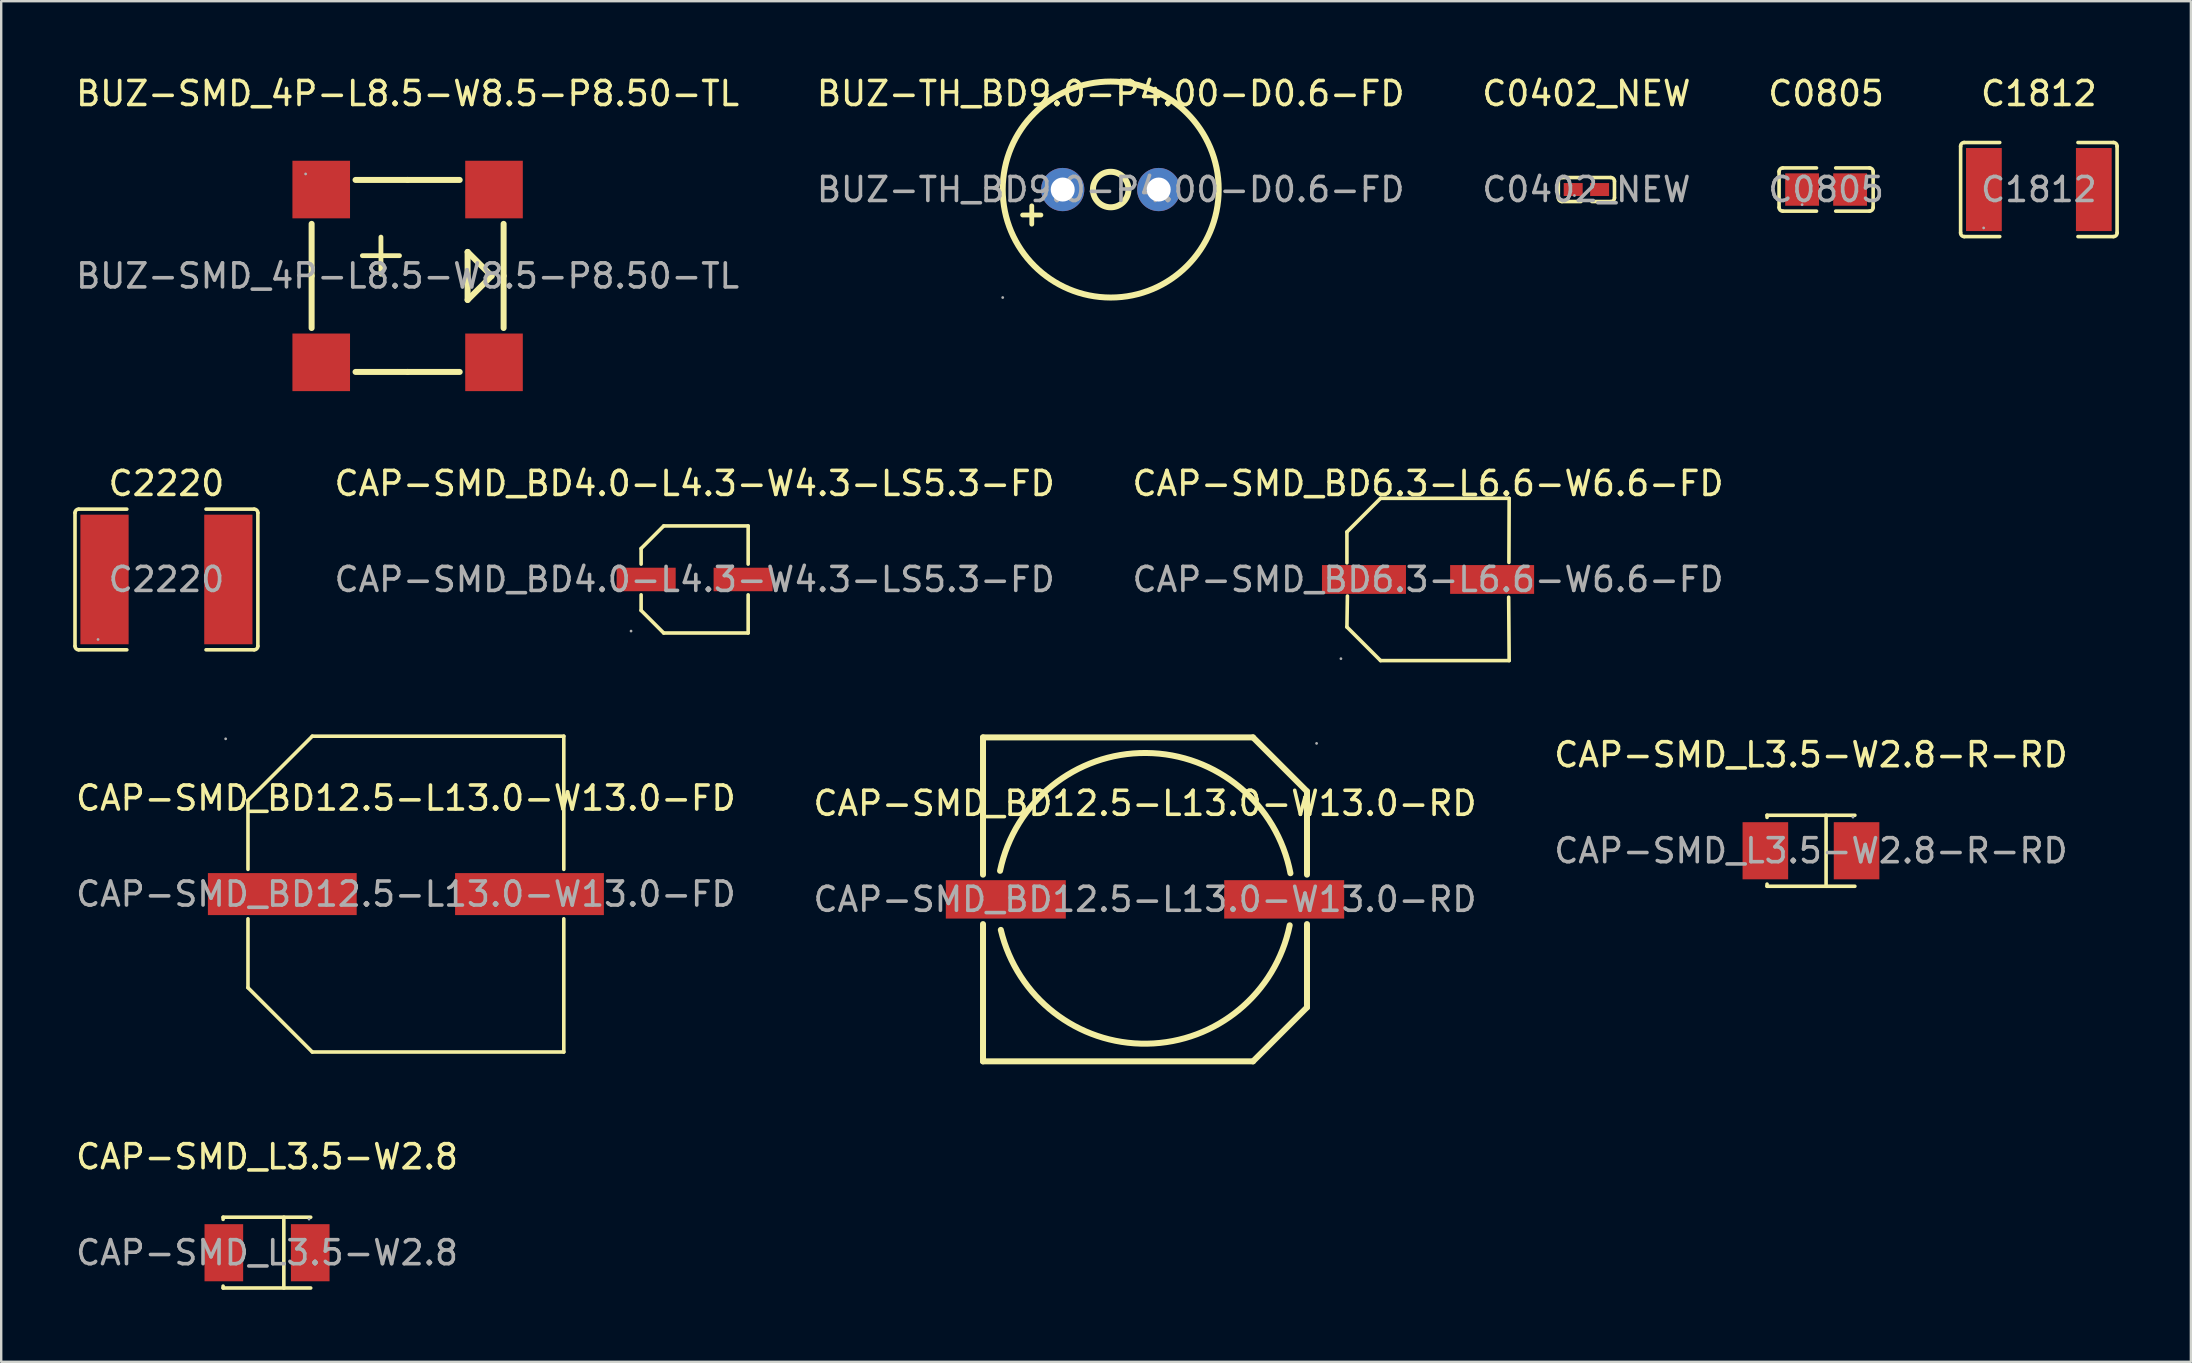
<source format=kicad_pcb>
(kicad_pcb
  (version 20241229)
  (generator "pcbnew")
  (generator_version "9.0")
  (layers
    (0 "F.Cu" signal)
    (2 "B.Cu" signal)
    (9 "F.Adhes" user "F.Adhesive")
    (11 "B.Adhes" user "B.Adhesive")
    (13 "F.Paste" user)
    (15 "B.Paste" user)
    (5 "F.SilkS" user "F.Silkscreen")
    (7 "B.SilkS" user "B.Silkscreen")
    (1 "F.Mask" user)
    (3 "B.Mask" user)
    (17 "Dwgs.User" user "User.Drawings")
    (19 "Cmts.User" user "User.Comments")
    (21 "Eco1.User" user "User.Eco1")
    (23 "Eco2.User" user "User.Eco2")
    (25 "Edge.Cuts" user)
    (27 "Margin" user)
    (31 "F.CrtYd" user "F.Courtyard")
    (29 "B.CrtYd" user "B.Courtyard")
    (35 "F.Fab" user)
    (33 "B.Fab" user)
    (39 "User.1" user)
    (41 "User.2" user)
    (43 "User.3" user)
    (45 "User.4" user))
  (footprint "C0805"
    (layer "F.Cu")
    (at 73.042 4.848)
    (property "Reference" "C0805" (at 0 -4 0) (layer "F.SilkS") (effects (font (size 1 1) (thickness 0.15))))
    (attr smd)
    (fp_line (start -1.96 0.75) (end -1.96 -0.75) (stroke (width 0.15) (type solid)) (layer "F.SilkS"))
    (fp_line (start -1.81 -0.9) (end -0.4 -0.9) (stroke (width 0.15) (type solid)) (layer "F.SilkS"))
    (fp_line (start -0.4 0.9) (end -1.81 0.9) (stroke (width 0.15) (type solid)) (layer "F.SilkS"))
    (fp_line (start 0.4 0.9) (end 1.81 0.9) (stroke (width 0.15) (type solid)) (layer "F.SilkS"))
    (fp_line (start 1.81 -0.9) (end 0.4 -0.9) (stroke (width 0.15) (type solid)) (layer "F.SilkS"))
    (fp_line (start 1.96 0.75) (end 1.96 -0.75) (stroke (width 0.15) (type solid)) (layer "F.SilkS"))
    (fp_arc (start -1.96 -0.75) (mid -1.916066 -0.856066) (end -1.81 -0.9) (stroke (width 0.15) (type solid)) (layer "F.SilkS"))
    (fp_arc (start -1.81 0.9) (mid -1.916066 0.856066) (end -1.96 0.75) (stroke (width 0.15) (type solid)) (layer "F.SilkS"))
    (fp_arc (start 1.81 -0.9) (mid 1.916066 -0.856066) (end 1.96 -0.75) (stroke (width 0.15) (type solid)) (layer "F.SilkS"))
    (fp_arc (start 1.96 0.75) (mid 1.916066 0.856066) (end 1.81 0.9) (stroke (width 0.15) (type solid)) (layer "F.SilkS"))
    (fp_circle (center -1 0.63) (end -0.97 0.63) (stroke (width 0.06) (type solid)) (fill no) (layer "F.Fab"))
    (fp_text user "${REFERENCE}" (at 0 0 0) (layer "F.Fab") (effects (font (size 1 1) (thickness 0.15))))
    (pad "1" smd rect (at -1 0) (size 1.41 1.35) (layers "F.Cu" "F.Mask" "F.Paste"))
    (pad "2" smd rect (at 1 0) (size 1.41 1.35) (layers "F.Cu" "F.Mask" "F.Paste")))
  (footprint "CAP-SMD_BD12.5-L13.0-W13.0-RD"
    (layer "F.Cu")
    (at 44.661 34.426)
    (property "Reference" "CAP-SMD_BD12.5-L13.0-W13.0-RD" (at 0 -4 0) (layer "F.SilkS") (effects (font (size 1 1) (thickness 0.15))))
    (attr smd)
    (fp_line (start -6.75 -6.75) (end 4.5 -6.75) (stroke (width 0.25) (type solid)) (layer "F.SilkS"))
    (fp_line (start -6.75 -1.03) (end -6.75 -6.75) (stroke (width 0.25) (type solid)) (layer "F.SilkS"))
    (fp_line (start -6.75 6.75) (end -6.75 1.03) (stroke (width 0.25) (type solid)) (layer "F.SilkS"))
    (fp_line (start -6.75 6.75) (end 4.5 6.75) (stroke (width 0.25) (type solid)) (layer "F.SilkS"))
    (fp_line (start 4.5 6.75) (end 6.75 4.5) (stroke (width 0.25) (type solid)) (layer "F.SilkS"))
    (fp_line (start 6.75 -4.5) (end 4.5 -6.75) (stroke (width 0.25) (type solid)) (layer "F.SilkS"))
    (fp_line (start 6.75 -1.03) (end 6.75 -4.5) (stroke (width 0.25) (type solid)) (layer "F.SilkS"))
    (fp_line (start 6.75 4.5) (end 6.75 1.03) (stroke (width 0.25) (type solid)) (layer "F.SilkS"))
    (fp_arc (start -6.04 -1.19) (mid 0.051521 -6.099809) (end 6.0602 -1.088957) (stroke (width 0.25) (type solid)) (layer "F.SilkS"))
    (fp_arc (start 6.03 1.08) (mid 0.087846 6.013191) (end -6.007911 1.271112) (stroke (width 0.25) (type solid)) (layer "F.SilkS"))
    (fp_circle (center 7.15 -6.5) (end 7.18 -6.5) (stroke (width 0.06) (type solid)) (fill no) (layer "F.Fab"))
    (fp_text user "${REFERENCE}" (at 0 0 0) (layer "F.Fab") (effects (font (size 1 1) (thickness 0.15))))
    (pad "1" smd rect (at 5.8 0) (size 5 1.6) (layers "F.Cu" "F.Mask" "F.Paste"))
    (pad "2" smd rect (at -5.8 0) (size 5 1.6) (layers "F.Cu" "F.Mask" "F.Paste")))
  (footprint "CAP-SMD_BD4.0-L4.3-W4.3-LS5.3-FD"
    (layer "F.Cu")
    (at 25.895 21.096)
    (property "Reference" "CAP-SMD_BD4.0-L4.3-W4.3-LS5.3-FD" (at 0 -4 0) (layer "F.SilkS") (effects (font (size 1 1) (thickness 0.15))))
    (attr smd)
    (fp_line (start -2.23 -1.29) (end -1.29 -2.23) (stroke (width 0.15) (type solid)) (layer "F.SilkS"))
    (fp_line (start -2.23 -0.64) (end -2.23 -1.29) (stroke (width 0.15) (type solid)) (layer "F.SilkS"))
    (fp_line (start -2.23 0.64) (end -2.23 1.29) (stroke (width 0.15) (type solid)) (layer "F.SilkS"))
    (fp_line (start -2.23 1.29) (end -1.29 2.23) (stroke (width 0.15) (type solid)) (layer "F.SilkS"))
    (fp_line (start -1.29 -2.23) (end 2.23 -2.23) (stroke (width 0.15) (type solid)) (layer "F.SilkS"))
    (fp_line (start -1.29 2.23) (end 2.23 2.23) (stroke (width 0.15) (type solid)) (layer "F.SilkS"))
    (fp_line (start 2.23 -2.23) (end 2.23 -0.64) (stroke (width 0.15) (type solid)) (layer "F.SilkS"))
    (fp_line (start 2.23 2.23) (end 2.23 0.64) (stroke (width 0.15) (type solid)) (layer "F.SilkS"))
    (fp_circle (center -2.65 2.15) (end -2.62 2.15) (stroke (width 0.06) (type solid)) (fill no) (layer "F.Fab"))
    (fp_text user "${REFERENCE}" (at 0 0 0) (layer "F.Fab") (effects (font (size 1 1) (thickness 0.15))))
    (pad "1" smd rect (at -2.02 0) (size 2.46 0.98) (layers "F.Cu" "F.Mask" "F.Paste"))
    (pad "2" smd rect (at 2.02 0) (size 2.46 0.98) (layers "F.Cu" "F.Mask" "F.Paste")))
  (footprint "BUZ-SMD_4P-L8.5-W8.5-P8.50-TL"
    (layer "F.Cu")
    (at 13.935 8.448)
    (property "Reference" "BUZ-SMD_4P-L8.5-W8.5-P8.50-TL" (at 0 -7.6 0) (layer "F.SilkS") (effects (font (size 1 1) (thickness 0.15))))
    (attr smd)
    (fp_line (start -4 0) (end -4 -2.17) (stroke (width 0.25) (type solid)) (layer "F.SilkS"))
    (fp_line (start -4 0) (end -4 2.17) (stroke (width 0.25) (type solid)) (layer "F.SilkS"))
    (fp_line (start 0 -4) (end -2.17 -4) (stroke (width 0.25) (type solid)) (layer "F.SilkS"))
    (fp_line (start 0 -4) (end 2.17 -4) (stroke (width 0.25) (type solid)) (layer "F.SilkS"))
    (fp_line (start 0 4) (end -2.17 4) (stroke (width 0.25) (type solid)) (layer "F.SilkS"))
    (fp_line (start 0 4) (end 2.17 4) (stroke (width 0.25) (type solid)) (layer "F.SilkS"))
    (fp_line (start 2.5 -1) (end 2.5 1) (stroke (width 0.25) (type solid)) (layer "F.SilkS"))
    (fp_line (start 2.5 1) (end 3.5 0) (stroke (width 0.25) (type solid)) (layer "F.SilkS"))
    (fp_line (start 3.5 0) (end 2.5 -1) (stroke (width 0.25) (type solid)) (layer "F.SilkS"))
    (fp_line (start 4 0) (end 4 -2.17) (stroke (width 0.25) (type solid)) (layer "F.SilkS"))
    (fp_line (start 4 0) (end 4 2.17) (stroke (width 0.25) (type solid)) (layer "F.SilkS"))
    (fp_circle (center -4.25 -4.25) (end -4.22 -4.25) (stroke (width 0.06) (type solid)) (fill no) (layer "F.Fab"))
    (fp_text user "+" (at -2.5 -1 0) (layer "F.SilkS") (effects (font (size 2.03 2.03) (thickness 0.2)) (justify left)))
    (fp_text user "${REFERENCE}" (at 0 0 0) (layer "F.Fab") (effects (font (size 1 1) (thickness 0.15))))
    (pad "1" smd rect (at -3.6 -3.6 270) (size 2.4 2.4) (layers "F.Cu" "F.Mask" "F.Paste"))
    (pad "2" smd rect (at -3.6 3.6 270) (size 2.4 2.4) (layers "F.Cu" "F.Mask" "F.Paste"))
    (pad "3" smd rect (at 3.6 3.6 270) (size 2.4 2.4) (layers "F.Cu" "F.Mask" "F.Paste"))
    (pad "4" smd rect (at 3.6 -3.6 270) (size 2.4 2.4) (layers "F.Cu" "F.Mask" "F.Paste")))
  (footprint "C1812"
    (layer "F.Cu")
    (at 81.907 4.848)
    (property "Reference" "C1812" (at 0 -4 0) (layer "F.SilkS") (effects (font (size 1 1) (thickness 0.15))))
    (attr smd)
    (fp_line (start -3.26 1.8) (end -3.26 -1.8) (stroke (width 0.15) (type solid)) (layer "F.SilkS"))
    (fp_line (start -3.11 -1.96) (end -1.63 -1.96) (stroke (width 0.15) (type solid)) (layer "F.SilkS"))
    (fp_line (start -1.63 1.96) (end -3.11 1.96) (stroke (width 0.15) (type solid)) (layer "F.SilkS"))
    (fp_line (start 1.63 1.96) (end 3.11 1.96) (stroke (width 0.15) (type solid)) (layer "F.SilkS"))
    (fp_line (start 3.11 -1.96) (end 1.63 -1.96) (stroke (width 0.15) (type solid)) (layer "F.SilkS"))
    (fp_line (start 3.26 1.8) (end 3.26 -1.8) (stroke (width 0.15) (type solid)) (layer "F.SilkS"))
    (fp_arc (start -3.259644 -1.799667) (mid -3.219659 -1.912348) (end -3.11 -1.96) (stroke (width 0.15) (type solid)) (layer "F.SilkS"))
    (fp_arc (start -3.109643 1.960333) (mid -3.219658 1.912836) (end -3.26 1.8) (stroke (width 0.15) (type solid)) (layer "F.SilkS"))
    (fp_arc (start 3.11 -1.96) (mid 3.219658 -1.912348) (end 3.259644 -1.799667) (stroke (width 0.15) (type solid)) (layer "F.SilkS"))
    (fp_arc (start 3.26 1.8) (mid 3.219658 1.912835) (end 3.109643 1.960333) (stroke (width 0.15) (type solid)) (layer "F.SilkS"))
    (fp_circle (center -2.3 1.6) (end -2.27 1.6) (stroke (width 0.06) (type solid)) (fill no) (layer "F.Fab"))
    (fp_text user "${REFERENCE}" (at 0 0 0) (layer "F.Fab") (effects (font (size 1 1) (thickness 0.15))))
    (pad "1" smd rect (at -2.29 0) (size 1.49 3.46) (layers "F.Cu" "F.Mask" "F.Paste"))
    (pad "2" smd rect (at 2.29 0) (size 1.49 3.46) (layers "F.Cu" "F.Mask" "F.Paste")))
  (footprint "BUZ-TH_BD9.0-P4.00-D0.6-FD"
    (layer "F.Cu")
    (at 43.232 4.848)
    (property "Reference" "BUZ-TH_BD9.0-P4.00-D0.6-FD" (at 0 -4 0) (layer "F.SilkS") (effects (font (size 1 1) (thickness 0.15))))
    (attr smd)
    (fp_circle (center 0 0) (end 0.74 0) (stroke (width 0.25) (type solid)) (fill no) (layer "F.SilkS"))
    (fp_circle (center 0 0) (end 4.5 0) (stroke (width 0.25) (type solid)) (fill no) (layer "F.SilkS"))
    (fp_circle (center -4.5 4.5) (end -4.47 4.5) (stroke (width 0.06) (type solid)) (fill no) (layer "F.Fab"))
    (fp_circle (center -2 0) (end -1.85 0) (stroke (width 0.3) (type solid)) (fill no) (layer "F.Fab"))
    (fp_circle (center 2 0) (end 2.15 0) (stroke (width 0.3) (type solid)) (fill no) (layer "F.Fab"))
    (fp_text user "+" (at -4.04 0.99 0) (layer "F.SilkS") (effects (font (size 1 1) (thickness 0.2)) (justify left)))
    (fp_text user "${REFERENCE}" (at 0 0 0) (layer "F.Fab") (effects (font (size 1 1) (thickness 0.15))))
    (pad "1" thru_hole circle (at -2 0) (size 1.8 1.8) (drill 1) (layers "*.Cu" "*.Paste" "*.Mask"))
    (pad "2" thru_hole circle (at 2 0) (size 1.8 1.8) (drill 1) (layers "*.Cu" "*.Paste" "*.Mask")))
  (footprint "CAP-SMD_L3.5-W2.8-R-RD"
    (layer "F.Cu")
    (at 72.411 32.4)
    (property "Reference" "CAP-SMD_L3.5-W2.8-R-RD" (at 0 -4 0) (layer "F.SilkS") (effects (font (size 1 1) (thickness 0.15))))
    (attr smd)
    (fp_line (start -1.83 -1.48) (end -1.83 -1.39) (stroke (width 0.15) (type solid)) (layer "F.SilkS"))
    (fp_line (start -1.83 -1.48) (end 1.83 -1.48) (stroke (width 0.15) (type solid)) (layer "F.SilkS"))
    (fp_line (start -1.83 1.48) (end -1.83 1.39) (stroke (width 0.15) (type solid)) (layer "F.SilkS"))
    (fp_line (start -1.83 1.48) (end 1.83 1.48) (stroke (width 0.15) (type solid)) (layer "F.SilkS"))
    (fp_line (start 0.63 -1.48) (end 0.63 1.48) (stroke (width 0.15) (type solid)) (layer "F.SilkS"))
    (fp_circle (center 1.75 -1.4) (end 1.78 -1.4) (stroke (width 0.06) (type solid)) (fill no) (layer "F.Fab"))
    (fp_text user "${REFERENCE}" (at 0 0 0) (layer "F.Fab") (effects (font (size 1 1) (thickness 0.15))))
    (pad "1" smd rect (at 1.9 0) (size 1.9 2.38) (layers "F.Cu" "F.Mask" "F.Paste"))
    (pad "2" smd rect (at -1.9 0) (size 1.9 2.38) (layers "F.Cu" "F.Mask" "F.Paste")))
  (footprint "C2220"
    (layer "F.Cu")
    (at 3.885 21.096)
    (property "Reference" "C2220" (at 0 -4 0) (layer "F.SilkS") (effects (font (size 1 1) (thickness 0.15))))
    (attr smd)
    (fp_line (start -3.81 2.78) (end -3.81 -2.78) (stroke (width 0.15) (type solid)) (layer "F.SilkS"))
    (fp_line (start -3.66 -2.93) (end -1.65 -2.93) (stroke (width 0.15) (type solid)) (layer "F.SilkS"))
    (fp_line (start -1.65 2.93) (end -3.66 2.93) (stroke (width 0.15) (type solid)) (layer "F.SilkS"))
    (fp_line (start 1.65 2.93) (end 3.66 2.93) (stroke (width 0.15) (type solid)) (layer "F.SilkS"))
    (fp_line (start 3.66 -2.93) (end 1.65 -2.93) (stroke (width 0.15) (type solid)) (layer "F.SilkS"))
    (fp_line (start 3.81 2.78) (end 3.81 -2.78) (stroke (width 0.15) (type solid)) (layer "F.SilkS"))
    (fp_arc (start -3.81 -2.78) (mid -3.766066 -2.886066) (end -3.66 -2.93) (stroke (width 0.15) (type solid)) (layer "F.SilkS"))
    (fp_arc (start -3.66 2.93) (mid -3.766066 2.886066) (end -3.81 2.78) (stroke (width 0.15) (type solid)) (layer "F.SilkS"))
    (fp_arc (start 3.66 -2.93) (mid 3.766066 -2.886066) (end 3.81 -2.78) (stroke (width 0.15) (type solid)) (layer "F.SilkS"))
    (fp_arc (start 3.81 2.78) (mid 3.766066 2.886066) (end 3.66 2.93) (stroke (width 0.15) (type solid)) (layer "F.SilkS"))
    (fp_circle (center -2.85 2.5) (end -2.82 2.5) (stroke (width 0.06) (type solid)) (fill no) (layer "F.Fab"))
    (fp_text user "${REFERENCE}" (at 0 0 0) (layer "F.Fab") (effects (font (size 1 1) (thickness 0.15))))
    (pad "1" smd rect (at -2.58 0) (size 2.01 5.4) (layers "F.Cu" "F.Mask" "F.Paste"))
    (pad "2" smd rect (at 2.58 0) (size 2.01 5.4) (layers "F.Cu" "F.Mask" "F.Paste")))
  (footprint "C0402_NEW"
    (layer "F.Cu")
    (at 63.054 4.848)
    (property "Reference" "C0402_NEW" (at 0 -4 0) (layer "F.SilkS") (effects (font (size 1 1) (thickness 0.15))))
    (attr smd)
    (fp_line (start -1.17 0.35) (end -1.17 -0.35) (stroke (width 0.15) (type solid)) (layer "F.SilkS"))
    (fp_line (start -1.02 -0.5) (end -0.23 -0.5) (stroke (width 0.15) (type solid)) (layer "F.SilkS"))
    (fp_line (start -0.23 0.5) (end -1.02 0.5) (stroke (width 0.15) (type solid)) (layer "F.SilkS"))
    (fp_line (start 0.23 0.5) (end 1.02 0.5) (stroke (width 0.15) (type solid)) (layer "F.SilkS"))
    (fp_line (start 1.02 -0.5) (end 0.23 -0.5) (stroke (width 0.15) (type solid)) (layer "F.SilkS"))
    (fp_line (start 1.17 0.35) (end 1.17 -0.35) (stroke (width 0.15) (type solid)) (layer "F.SilkS"))
    (fp_arc (start -1.17 -0.35) (mid -1.126066 -0.456066) (end -1.02 -0.5) (stroke (width 0.15) (type solid)) (layer "F.SilkS"))
    (fp_arc (start -1.02 0.5) (mid -1.126066 0.456066) (end -1.17 0.35) (stroke (width 0.15) (type solid)) (layer "F.SilkS"))
    (fp_arc (start 1.02 -0.5) (mid 1.126066 -0.456066) (end 1.17 -0.35) (stroke (width 0.15) (type solid)) (layer "F.SilkS"))
    (fp_arc (start 1.17 0.35) (mid 1.126066 0.456066) (end 1.02 0.5) (stroke (width 0.15) (type solid)) (layer "F.SilkS"))
    (fp_circle (center -0.5 0.25) (end -0.47 0.25) (stroke (width 0.06) (type solid)) (fill no) (layer "F.Fab"))
    (fp_text user "${REFERENCE}" (at 0 0 0) (layer "F.Fab") (effects (font (size 1 1) (thickness 0.15))))
    (pad "1" smd rect (at -0.55 0) (size 0.79 0.54) (layers "F.Cu" "F.Mask" "F.Paste"))
    (pad "2" smd rect (at 0.55 0) (size 0.79 0.54) (layers "F.Cu" "F.Mask" "F.Paste")))
  (footprint "CAP-SMD_L3.5-W2.8"
    (layer "F.Cu")
    (at 8.077 49.15)
    (property "Reference" "CAP-SMD_L3.5-W2.8" (at 0 -4 0) (layer "F.SilkS") (effects (font (size 1 1) (thickness 0.15))))
    (attr smd)
    (fp_line (start -1.83 -1.48) (end -1.83 -1.39) (stroke (width 0.15) (type solid)) (layer "F.SilkS"))
    (fp_line (start -1.83 -1.48) (end 1.82 -1.48) (stroke (width 0.15) (type solid)) (layer "F.SilkS"))
    (fp_line (start -1.83 1.47) (end -1.83 1.39) (stroke (width 0.15) (type solid)) (layer "F.SilkS"))
    (fp_line (start -1.83 1.47) (end 1.82 1.47) (stroke (width 0.15) (type solid)) (layer "F.SilkS"))
    (fp_line (start 0.7 -1.48) (end 0.7 1.47) (stroke (width 0.15) (type solid)) (layer "F.SilkS"))
    (fp_circle (center 1.75 -1.4) (end 1.78 -1.4) (stroke (width 0.06) (type solid)) (fill no) (layer "F.Fab"))
    (fp_text user "${REFERENCE}" (at 0 0 0) (layer "F.Fab") (effects (font (size 1 1) (thickness 0.15))))
    (pad "1" smd rect (at 1.8 0) (size 1.61 2.38) (layers "F.Cu" "F.Mask" "F.Paste"))
    (pad "2" smd rect (at -1.8 0) (size 1.61 2.38) (layers "F.Cu" "F.Mask" "F.Paste")))
  (footprint "CAP-SMD_BD12.5-L13.0-W13.0-FD"
    (layer "F.Cu")
    (at 13.863 34.206)
    (property "Reference" "CAP-SMD_BD12.5-L13.0-W13.0-FD" (at 0 -4 0) (layer "F.SilkS") (effects (font (size 1 1) (thickness 0.15))))
    (attr smd)
    (fp_line (start -6.58 -3.9) (end -6.58 -1.03) (stroke (width 0.15) (type solid)) (layer "F.SilkS"))
    (fp_line (start -6.58 3.9) (end -6.58 1.03) (stroke (width 0.15) (type solid)) (layer "F.SilkS"))
    (fp_line (start -3.9 -6.58) (end -6.58 -3.9) (stroke (width 0.15) (type solid)) (layer "F.SilkS"))
    (fp_line (start -3.9 6.58) (end -6.58 3.9) (stroke (width 0.15) (type solid)) (layer "F.SilkS"))
    (fp_line (start 6.58 -6.58) (end -3.9 -6.58) (stroke (width 0.15) (type solid)) (layer "F.SilkS"))
    (fp_line (start 6.58 -1.03) (end 6.58 -6.58) (stroke (width 0.15) (type solid)) (layer "F.SilkS"))
    (fp_line (start 6.58 1.03) (end 6.58 6.58) (stroke (width 0.15) (type solid)) (layer "F.SilkS"))
    (fp_line (start 6.58 6.58) (end -3.9 6.58) (stroke (width 0.15) (type solid)) (layer "F.SilkS"))
    (fp_circle (center -7.51 -6.47) (end -7.48 -6.47) (stroke (width 0.06) (type solid)) (fill no) (layer "F.Fab"))
    (fp_text user "${REFERENCE}" (at 0 0 0) (layer "F.Fab") (effects (font (size 1 1) (thickness 0.15))))
    (pad "1" smd rect (at -5.15 0) (size 6.2 1.75) (layers "F.Cu" "F.Mask" "F.Paste"))
    (pad "2" smd rect (at 5.15 0) (size 6.2 1.75) (layers "F.Cu" "F.Mask" "F.Paste")))
  (footprint "CAP-SMD_BD6.3-L6.6-W6.6-FD"
    (layer "F.Cu")
    (at 56.455 21.096)
    (property "Reference" "CAP-SMD_BD6.3-L6.6-W6.6-FD" (at 0 -4 0) (layer "F.SilkS") (effects (font (size 1 1) (thickness 0.15))))
    (attr smd)
    (fp_line (start -3.38 -1.98) (end -3.38 -0.69) (stroke (width 0.15) (type solid)) (layer "F.SilkS"))
    (fp_line (start -3.38 1.98) (end -3.36 0.69) (stroke (width 0.15) (type solid)) (layer "F.SilkS"))
    (fp_line (start -1.98 -3.38) (end -3.38 -1.98) (stroke (width 0.15) (type solid)) (layer "F.SilkS"))
    (fp_line (start -1.98 3.38) (end -3.38 1.98) (stroke (width 0.15) (type solid)) (layer "F.SilkS"))
    (fp_line (start 3.36 0.74) (end 3.38 3.38) (stroke (width 0.15) (type solid)) (layer "F.SilkS"))
    (fp_line (start 3.37 -0.71) (end 3.38 -3.38) (stroke (width 0.15) (type solid)) (layer "F.SilkS"))
    (fp_line (start 3.38 -3.38) (end -1.98 -3.38) (stroke (width 0.15) (type solid)) (layer "F.SilkS"))
    (fp_line (start 3.38 3.38) (end -1.98 3.38) (stroke (width 0.15) (type solid)) (layer "F.SilkS"))
    (fp_circle (center -3.63 3.3) (end -3.6 3.3) (stroke (width 0.06) (type solid)) (fill no) (layer "F.Fab"))
    (fp_text user "${REFERENCE}" (at 0 0 0) (layer "F.Fab") (effects (font (size 1 1) (thickness 0.15))))
    (pad "1" smd rect (at -2.67 0) (size 3.5 1.2) (layers "F.Cu" "F.Mask" "F.Paste"))
    (pad "2" smd rect (at 2.67 0) (size 3.5 1.2) (layers "F.Cu" "F.Mask" "F.Paste")))
  (gr_rect
    (start -3 -3)
    (end 88.242 53.695)
    (stroke (width 0.1) (type default))
    (fill no)
    (layer "Edge.Cuts")))
</source>
